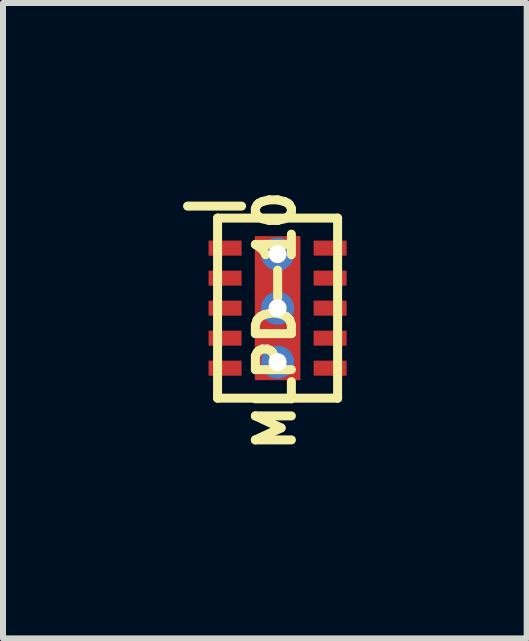
<source format=kicad_pcb>
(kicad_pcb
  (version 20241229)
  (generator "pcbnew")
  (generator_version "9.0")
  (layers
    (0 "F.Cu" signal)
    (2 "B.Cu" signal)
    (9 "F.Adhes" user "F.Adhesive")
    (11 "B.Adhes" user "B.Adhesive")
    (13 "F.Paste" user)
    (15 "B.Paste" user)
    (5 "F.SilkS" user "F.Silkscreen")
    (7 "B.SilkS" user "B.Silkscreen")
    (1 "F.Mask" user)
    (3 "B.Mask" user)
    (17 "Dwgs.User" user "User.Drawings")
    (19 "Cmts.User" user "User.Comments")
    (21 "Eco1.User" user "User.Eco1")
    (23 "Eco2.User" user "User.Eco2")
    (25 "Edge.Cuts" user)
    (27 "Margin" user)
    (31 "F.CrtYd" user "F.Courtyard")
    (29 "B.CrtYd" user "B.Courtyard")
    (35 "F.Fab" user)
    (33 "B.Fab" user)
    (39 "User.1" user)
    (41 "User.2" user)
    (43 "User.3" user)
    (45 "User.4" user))
  (footprint "MLPD-10"
    (layer "F.Cu")
    (at 1.575 2.084)
    (property "Reference" "MLPD-10" (at -0.04 0.21 90) (layer "F.SilkS") (effects (font (size 0.6 0.6) (thickness 0.15))))
    (attr through_hole)
    (fp_line (start -1 -1.5) (end 1 -1.5) (stroke (width 0.15) (type solid)) (layer "F.SilkS"))
    (fp_line (start -1 1.5) (end -1 -1.5) (stroke (width 0.15) (type solid)) (layer "F.SilkS"))
    (fp_line (start -0.6 -1.7) (end -1.5 -1.7) (stroke (width 0.15) (type solid)) (layer "F.SilkS"))
    (fp_line (start 1 -1.5) (end 1 1.5) (stroke (width 0.15) (type solid)) (layer "F.SilkS"))
    (fp_line (start 1 1.5) (end -1 1.5) (stroke (width 0.15) (type solid)) (layer "F.SilkS"))
    (pad "1" smd rect (at -0.875 -1) (size 0.55 0.25) (layers "F.Cu" "F.Mask" "F.Paste"))
    (pad "2" smd rect (at -0.875 -0.5) (size 0.55 0.25) (layers "F.Cu" "F.Mask" "F.Paste"))
    (pad "3" smd rect (at -0.875 0) (size 0.55 0.25) (layers "F.Cu" "F.Mask" "F.Paste"))
    (pad "4" smd rect (at -0.875 0.5) (size 0.55 0.25) (layers "F.Cu" "F.Mask" "F.Paste"))
    (pad "5" smd rect (at -0.875 1) (size 0.55 0.25) (layers "F.Cu" "F.Mask" "F.Paste"))
    (pad "6" smd rect (at 0.875 1) (size 0.55 0.25) (layers "F.Cu" "F.Mask" "F.Paste"))
    (pad "7" smd rect (at 0.875 0.5) (size 0.55 0.25) (layers "F.Cu" "F.Mask" "F.Paste"))
    (pad "8" smd rect (at 0.875 0) (size 0.55 0.25) (layers "F.Cu" "F.Mask" "F.Paste"))
    (pad "9" smd rect (at 0.875 -0.5) (size 0.55 0.25) (layers "F.Cu" "F.Mask" "F.Paste"))
    (pad "10" smd rect (at 0.875 -1) (size 0.55 0.25) (layers "F.Cu" "F.Mask" "F.Paste"))
    (pad "EP" thru_hole circle (at 0 -0.9) (size 0.55 0.55) (drill 0.3) (layers "*.Cu"))
    (pad "EP" thru_hole circle (at 0 0) (size 0.55 0.55) (drill 0.3) (layers "*.Cu"))
    (pad "EP" smd rect (at 0 0) (size 0.76 2.4) (layers "F.Cu" "F.Mask" "F.Paste"))
    (pad "EP" thru_hole circle (at 0 0.9) (size 0.55 0.55) (drill 0.3) (layers "*.Cu")))
  (gr_rect
    (start -3 -3)
    (end 5.725 7.587)
    (stroke (width 0.1) (type default))
    (fill no)
    (layer "Edge.Cuts")))
</source>
